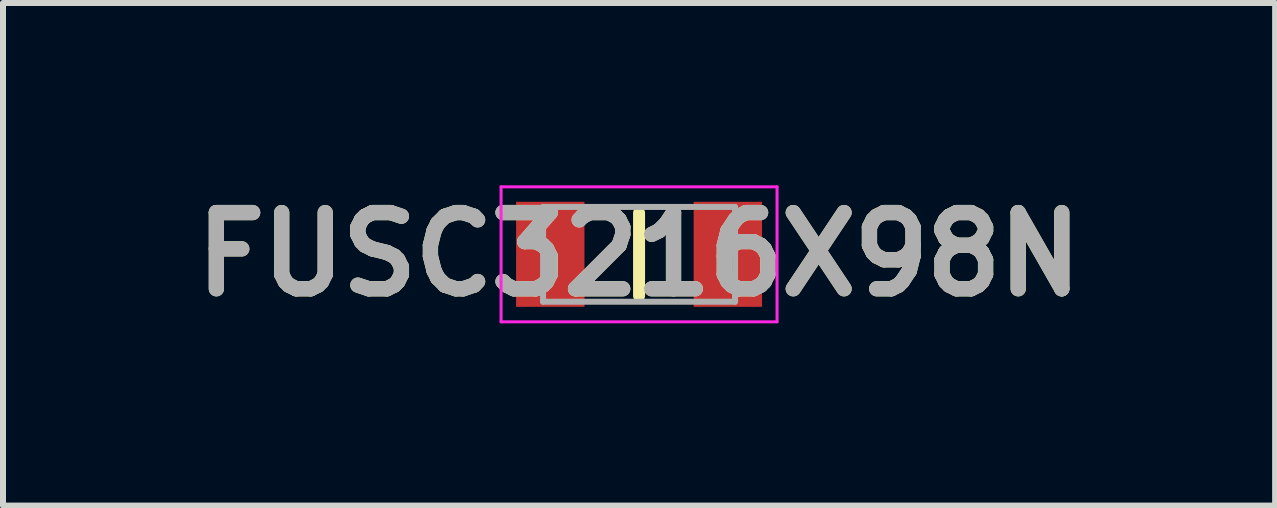
<source format=kicad_pcb>
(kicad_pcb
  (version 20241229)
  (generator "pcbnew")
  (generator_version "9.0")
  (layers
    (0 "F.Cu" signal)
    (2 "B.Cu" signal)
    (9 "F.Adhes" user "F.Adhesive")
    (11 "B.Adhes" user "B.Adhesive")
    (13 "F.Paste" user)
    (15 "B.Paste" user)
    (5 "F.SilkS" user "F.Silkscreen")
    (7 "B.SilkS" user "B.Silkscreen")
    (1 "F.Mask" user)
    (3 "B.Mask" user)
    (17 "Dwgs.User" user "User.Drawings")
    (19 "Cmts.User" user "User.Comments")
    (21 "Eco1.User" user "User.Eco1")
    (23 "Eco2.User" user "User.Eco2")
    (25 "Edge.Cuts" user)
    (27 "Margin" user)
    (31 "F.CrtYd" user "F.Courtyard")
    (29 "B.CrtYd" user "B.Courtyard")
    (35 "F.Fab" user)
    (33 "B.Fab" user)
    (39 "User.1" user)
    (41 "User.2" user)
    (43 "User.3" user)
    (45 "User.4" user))
  (footprint "FUSC3216X98N"
    (layer "F.Cu")
    (at 7.602 1.189)
    (property "Reference" "FUSC3216X98N" (at 0 0 0) (layer "F.SilkS") (effects (font (size 1.27 1.27) (thickness 0.254))))
    (attr smd)
    (fp_line (start 0 -0.69) (end 0 0.69) (stroke (width 0.2) (type solid)) (layer "F.SilkS"))
    (fp_line (start -2.3 -1.125) (end 2.3 -1.125) (stroke (width 0.05) (type solid)) (layer "F.CrtYd"))
    (fp_line (start -2.3 1.125) (end -2.3 -1.125) (stroke (width 0.05) (type solid)) (layer "F.CrtYd"))
    (fp_line (start 2.3 -1.125) (end 2.3 1.125) (stroke (width 0.05) (type solid)) (layer "F.CrtYd"))
    (fp_line (start 2.3 1.125) (end -2.3 1.125) (stroke (width 0.05) (type solid)) (layer "F.CrtYd"))
    (fp_line (start -1.6 -0.79) (end 1.6 -0.79) (stroke (width 0.1) (type solid)) (layer "F.Fab"))
    (fp_line (start -1.6 0.79) (end -1.6 -0.79) (stroke (width 0.1) (type solid)) (layer "F.Fab"))
    (fp_line (start 1.6 -0.79) (end 1.6 0.79) (stroke (width 0.1) (type solid)) (layer "F.Fab"))
    (fp_line (start 1.6 0.79) (end -1.6 0.79) (stroke (width 0.1) (type solid)) (layer "F.Fab"))
    (fp_text user "${REFERENCE}" (at 0 0 0) (layer "F.Fab") (effects (font (size 1.27 1.27) (thickness 0.254))))
    (pad "1" smd rect (at -1.48 0) (size 1.14 1.75) (layers "F.Cu" "F.Mask" "F.Paste"))
    (pad "2" smd rect (at 1.48 0) (size 1.14 1.75) (layers "F.Cu" "F.Mask" "F.Paste")))
  (gr_rect
    (start -3 -3)
    (end 18.204 5.377)
    (stroke (width 0.1) (type default))
    (fill no)
    (layer "Edge.Cuts")))
</source>
